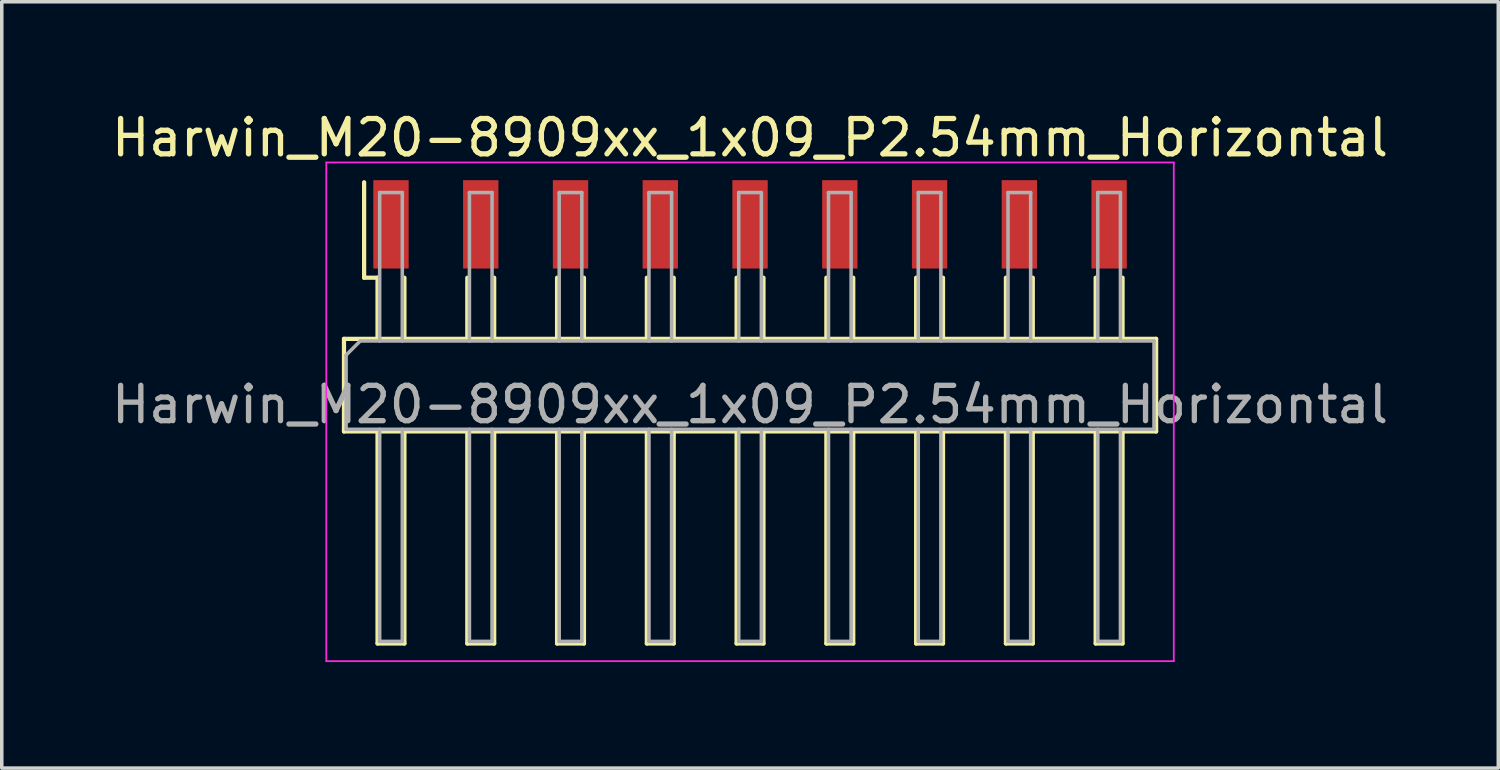
<source format=kicad_pcb>
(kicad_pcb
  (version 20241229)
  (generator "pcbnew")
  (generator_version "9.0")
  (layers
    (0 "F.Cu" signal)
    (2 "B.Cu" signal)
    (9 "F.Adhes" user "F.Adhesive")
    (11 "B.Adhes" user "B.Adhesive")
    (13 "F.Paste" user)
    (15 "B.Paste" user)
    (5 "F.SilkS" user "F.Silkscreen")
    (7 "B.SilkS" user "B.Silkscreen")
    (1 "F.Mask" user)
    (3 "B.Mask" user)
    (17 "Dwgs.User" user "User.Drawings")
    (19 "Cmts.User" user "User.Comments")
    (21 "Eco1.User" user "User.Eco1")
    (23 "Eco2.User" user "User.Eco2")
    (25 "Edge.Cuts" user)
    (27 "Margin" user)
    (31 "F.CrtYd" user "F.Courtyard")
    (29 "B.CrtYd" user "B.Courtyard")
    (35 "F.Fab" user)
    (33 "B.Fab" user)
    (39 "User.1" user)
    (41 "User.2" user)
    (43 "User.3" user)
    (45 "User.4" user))
  (footprint "Harwin_M20-8909xx_1x09_P2.54mm_Horizontal"
    (layer "F.Cu")
    (at 18.173 3.298)
    (property "Reference" "Harwin_M20-8909xx_1x09_P2.54mm_Horizontal" (at 0 -2.45 0) (layer "F.SilkS") (effects (font (size 1 1) (thickness 0.15))))
    (attr smd)
    (fp_line (start -11.49 3.24) (end -11.49 5.86) (stroke (width 0.12) (type solid)) (layer "F.SilkS"))
    (fp_line (start -11.49 5.86) (end 11.49 5.86) (stroke (width 0.12) (type solid)) (layer "F.SilkS"))
    (fp_line (start -10.92 1.51) (end -10.92 -1.19) (stroke (width 0.12) (type solid)) (layer "F.SilkS"))
    (fp_line (start -10.54 1.51) (end -10.92 1.51) (stroke (width 0.12) (type solid)) (layer "F.SilkS"))
    (fp_line (start -10.54 1.51) (end -10.54 3.24) (stroke (width 0.12) (type solid)) (layer "F.SilkS"))
    (fp_line (start -10.54 5.86) (end -10.54 11.86) (stroke (width 0.12) (type solid)) (layer "F.SilkS"))
    (fp_line (start -10.54 11.86) (end -9.78 11.86) (stroke (width 0.12) (type solid)) (layer "F.SilkS"))
    (fp_line (start -9.78 1.51) (end -9.78 3.24) (stroke (width 0.12) (type solid)) (layer "F.SilkS"))
    (fp_line (start -9.78 11.86) (end -9.78 5.86) (stroke (width 0.12) (type solid)) (layer "F.SilkS"))
    (fp_line (start -8 1.51) (end -8 3.24) (stroke (width 0.12) (type solid)) (layer "F.SilkS"))
    (fp_line (start -8 5.86) (end -8 11.86) (stroke (width 0.12) (type solid)) (layer "F.SilkS"))
    (fp_line (start -8 11.86) (end -7.24 11.86) (stroke (width 0.12) (type solid)) (layer "F.SilkS"))
    (fp_line (start -7.24 1.51) (end -7.24 3.24) (stroke (width 0.12) (type solid)) (layer "F.SilkS"))
    (fp_line (start -7.24 11.86) (end -7.24 5.86) (stroke (width 0.12) (type solid)) (layer "F.SilkS"))
    (fp_line (start -5.46 1.51) (end -5.46 3.24) (stroke (width 0.12) (type solid)) (layer "F.SilkS"))
    (fp_line (start -5.46 5.86) (end -5.46 11.86) (stroke (width 0.12) (type solid)) (layer "F.SilkS"))
    (fp_line (start -5.46 11.86) (end -4.7 11.86) (stroke (width 0.12) (type solid)) (layer "F.SilkS"))
    (fp_line (start -4.7 1.51) (end -4.7 3.24) (stroke (width 0.12) (type solid)) (layer "F.SilkS"))
    (fp_line (start -4.7 11.86) (end -4.7 5.86) (stroke (width 0.12) (type solid)) (layer "F.SilkS"))
    (fp_line (start -2.92 1.51) (end -2.92 3.24) (stroke (width 0.12) (type solid)) (layer "F.SilkS"))
    (fp_line (start -2.92 5.86) (end -2.92 11.86) (stroke (width 0.12) (type solid)) (layer "F.SilkS"))
    (fp_line (start -2.92 11.86) (end -2.16 11.86) (stroke (width 0.12) (type solid)) (layer "F.SilkS"))
    (fp_line (start -2.16 1.51) (end -2.16 3.24) (stroke (width 0.12) (type solid)) (layer "F.SilkS"))
    (fp_line (start -2.16 11.86) (end -2.16 5.86) (stroke (width 0.12) (type solid)) (layer "F.SilkS"))
    (fp_line (start -0.38 1.51) (end -0.38 3.24) (stroke (width 0.12) (type solid)) (layer "F.SilkS"))
    (fp_line (start -0.38 5.86) (end -0.38 11.86) (stroke (width 0.12) (type solid)) (layer "F.SilkS"))
    (fp_line (start -0.38 11.86) (end 0.38 11.86) (stroke (width 0.12) (type solid)) (layer "F.SilkS"))
    (fp_line (start 0.38 1.51) (end 0.38 3.24) (stroke (width 0.12) (type solid)) (layer "F.SilkS"))
    (fp_line (start 0.38 11.86) (end 0.38 5.86) (stroke (width 0.12) (type solid)) (layer "F.SilkS"))
    (fp_line (start 2.16 1.51) (end 2.16 3.24) (stroke (width 0.12) (type solid)) (layer "F.SilkS"))
    (fp_line (start 2.16 5.86) (end 2.16 11.86) (stroke (width 0.12) (type solid)) (layer "F.SilkS"))
    (fp_line (start 2.16 11.86) (end 2.92 11.86) (stroke (width 0.12) (type solid)) (layer "F.SilkS"))
    (fp_line (start 2.92 1.51) (end 2.92 3.24) (stroke (width 0.12) (type solid)) (layer "F.SilkS"))
    (fp_line (start 2.92 11.86) (end 2.92 5.86) (stroke (width 0.12) (type solid)) (layer "F.SilkS"))
    (fp_line (start 4.7 1.51) (end 4.7 3.24) (stroke (width 0.12) (type solid)) (layer "F.SilkS"))
    (fp_line (start 4.7 5.86) (end 4.7 11.86) (stroke (width 0.12) (type solid)) (layer "F.SilkS"))
    (fp_line (start 4.7 11.86) (end 5.46 11.86) (stroke (width 0.12) (type solid)) (layer "F.SilkS"))
    (fp_line (start 5.46 1.51) (end 5.46 3.24) (stroke (width 0.12) (type solid)) (layer "F.SilkS"))
    (fp_line (start 5.46 11.86) (end 5.46 5.86) (stroke (width 0.12) (type solid)) (layer "F.SilkS"))
    (fp_line (start 7.24 1.51) (end 7.24 3.24) (stroke (width 0.12) (type solid)) (layer "F.SilkS"))
    (fp_line (start 7.24 5.86) (end 7.24 11.86) (stroke (width 0.12) (type solid)) (layer "F.SilkS"))
    (fp_line (start 7.24 11.86) (end 8 11.86) (stroke (width 0.12) (type solid)) (layer "F.SilkS"))
    (fp_line (start 8 1.51) (end 8 3.24) (stroke (width 0.12) (type solid)) (layer "F.SilkS"))
    (fp_line (start 8 11.86) (end 8 5.86) (stroke (width 0.12) (type solid)) (layer "F.SilkS"))
    (fp_line (start 9.78 1.51) (end 9.78 3.24) (stroke (width 0.12) (type solid)) (layer "F.SilkS"))
    (fp_line (start 9.78 5.86) (end 9.78 11.86) (stroke (width 0.12) (type solid)) (layer "F.SilkS"))
    (fp_line (start 9.78 11.86) (end 10.54 11.86) (stroke (width 0.12) (type solid)) (layer "F.SilkS"))
    (fp_line (start 10.54 1.51) (end 10.54 3.24) (stroke (width 0.12) (type solid)) (layer "F.SilkS"))
    (fp_line (start 10.54 11.86) (end 10.54 5.86) (stroke (width 0.12) (type solid)) (layer "F.SilkS"))
    (fp_line (start 11.49 3.24) (end -11.49 3.24) (stroke (width 0.12) (type solid)) (layer "F.SilkS"))
    (fp_line (start 11.49 5.86) (end 11.49 3.24) (stroke (width 0.12) (type solid)) (layer "F.SilkS"))
    (fp_line (start -11.99 -1.75) (end 11.99 -1.75) (stroke (width 0.05) (type solid)) (layer "F.CrtYd"))
    (fp_line (start -11.99 12.36) (end -11.99 -1.75) (stroke (width 0.05) (type solid)) (layer "F.CrtYd"))
    (fp_line (start 11.99 -1.75) (end 11.99 12.36) (stroke (width 0.05) (type solid)) (layer "F.CrtYd"))
    (fp_line (start 11.99 12.36) (end -11.99 12.36) (stroke (width 0.05) (type solid)) (layer "F.CrtYd"))
    (fp_line (start -11.43 3.7) (end -11.43 5.8) (stroke (width 0.1) (type solid)) (layer "F.Fab"))
    (fp_line (start -11.43 5.8) (end 11.43 5.8) (stroke (width 0.1) (type solid)) (layer "F.Fab"))
    (fp_line (start -11.03 3.3) (end -11.43 3.7) (stroke (width 0.1) (type solid)) (layer "F.Fab"))
    (fp_line (start -10.48 -0.9) (end -9.84 -0.9) (stroke (width 0.1) (type solid)) (layer "F.Fab"))
    (fp_line (start -10.48 3.3) (end -10.48 -0.9) (stroke (width 0.1) (type solid)) (layer "F.Fab"))
    (fp_line (start -10.48 5.8) (end -10.48 11.8) (stroke (width 0.1) (type solid)) (layer "F.Fab"))
    (fp_line (start -10.48 11.8) (end -9.84 11.8) (stroke (width 0.1) (type solid)) (layer "F.Fab"))
    (fp_line (start -9.84 -0.9) (end -9.84 3.3) (stroke (width 0.1) (type solid)) (layer "F.Fab"))
    (fp_line (start -9.84 11.8) (end -9.84 5.8) (stroke (width 0.1) (type solid)) (layer "F.Fab"))
    (fp_line (start -7.94 -0.9) (end -7.3 -0.9) (stroke (width 0.1) (type solid)) (layer "F.Fab"))
    (fp_line (start -7.94 3.3) (end -7.94 -0.9) (stroke (width 0.1) (type solid)) (layer "F.Fab"))
    (fp_line (start -7.94 5.8) (end -7.94 11.8) (stroke (width 0.1) (type solid)) (layer "F.Fab"))
    (fp_line (start -7.94 11.8) (end -7.3 11.8) (stroke (width 0.1) (type solid)) (layer "F.Fab"))
    (fp_line (start -7.3 -0.9) (end -7.3 3.3) (stroke (width 0.1) (type solid)) (layer "F.Fab"))
    (fp_line (start -7.3 11.8) (end -7.3 5.8) (stroke (width 0.1) (type solid)) (layer "F.Fab"))
    (fp_line (start -5.4 -0.9) (end -4.76 -0.9) (stroke (width 0.1) (type solid)) (layer "F.Fab"))
    (fp_line (start -5.4 3.3) (end -5.4 -0.9) (stroke (width 0.1) (type solid)) (layer "F.Fab"))
    (fp_line (start -5.4 5.8) (end -5.4 11.8) (stroke (width 0.1) (type solid)) (layer "F.Fab"))
    (fp_line (start -5.4 11.8) (end -4.76 11.8) (stroke (width 0.1) (type solid)) (layer "F.Fab"))
    (fp_line (start -4.76 -0.9) (end -4.76 3.3) (stroke (width 0.1) (type solid)) (layer "F.Fab"))
    (fp_line (start -4.76 11.8) (end -4.76 5.8) (stroke (width 0.1) (type solid)) (layer "F.Fab"))
    (fp_line (start -2.86 -0.9) (end -2.22 -0.9) (stroke (width 0.1) (type solid)) (layer "F.Fab"))
    (fp_line (start -2.86 3.3) (end -2.86 -0.9) (stroke (width 0.1) (type solid)) (layer "F.Fab"))
    (fp_line (start -2.86 5.8) (end -2.86 11.8) (stroke (width 0.1) (type solid)) (layer "F.Fab"))
    (fp_line (start -2.86 11.8) (end -2.22 11.8) (stroke (width 0.1) (type solid)) (layer "F.Fab"))
    (fp_line (start -2.22 -0.9) (end -2.22 3.3) (stroke (width 0.1) (type solid)) (layer "F.Fab"))
    (fp_line (start -2.22 11.8) (end -2.22 5.8) (stroke (width 0.1) (type solid)) (layer "F.Fab"))
    (fp_line (start -0.32 -0.9) (end 0.32 -0.9) (stroke (width 0.1) (type solid)) (layer "F.Fab"))
    (fp_line (start -0.32 3.3) (end -0.32 -0.9) (stroke (width 0.1) (type solid)) (layer "F.Fab"))
    (fp_line (start -0.32 5.8) (end -0.32 11.8) (stroke (width 0.1) (type solid)) (layer "F.Fab"))
    (fp_line (start -0.32 11.8) (end 0.32 11.8) (stroke (width 0.1) (type solid)) (layer "F.Fab"))
    (fp_line (start 0.32 -0.9) (end 0.32 3.3) (stroke (width 0.1) (type solid)) (layer "F.Fab"))
    (fp_line (start 0.32 11.8) (end 0.32 5.8) (stroke (width 0.1) (type solid)) (layer "F.Fab"))
    (fp_line (start 2.22 -0.9) (end 2.86 -0.9) (stroke (width 0.1) (type solid)) (layer "F.Fab"))
    (fp_line (start 2.22 3.3) (end 2.22 -0.9) (stroke (width 0.1) (type solid)) (layer "F.Fab"))
    (fp_line (start 2.22 5.8) (end 2.22 11.8) (stroke (width 0.1) (type solid)) (layer "F.Fab"))
    (fp_line (start 2.22 11.8) (end 2.86 11.8) (stroke (width 0.1) (type solid)) (layer "F.Fab"))
    (fp_line (start 2.86 -0.9) (end 2.86 3.3) (stroke (width 0.1) (type solid)) (layer "F.Fab"))
    (fp_line (start 2.86 11.8) (end 2.86 5.8) (stroke (width 0.1) (type solid)) (layer "F.Fab"))
    (fp_line (start 4.76 -0.9) (end 5.4 -0.9) (stroke (width 0.1) (type solid)) (layer "F.Fab"))
    (fp_line (start 4.76 3.3) (end 4.76 -0.9) (stroke (width 0.1) (type solid)) (layer "F.Fab"))
    (fp_line (start 4.76 5.8) (end 4.76 11.8) (stroke (width 0.1) (type solid)) (layer "F.Fab"))
    (fp_line (start 4.76 11.8) (end 5.4 11.8) (stroke (width 0.1) (type solid)) (layer "F.Fab"))
    (fp_line (start 5.4 -0.9) (end 5.4 3.3) (stroke (width 0.1) (type solid)) (layer "F.Fab"))
    (fp_line (start 5.4 11.8) (end 5.4 5.8) (stroke (width 0.1) (type solid)) (layer "F.Fab"))
    (fp_line (start 7.3 -0.9) (end 7.94 -0.9) (stroke (width 0.1) (type solid)) (layer "F.Fab"))
    (fp_line (start 7.3 3.3) (end 7.3 -0.9) (stroke (width 0.1) (type solid)) (layer "F.Fab"))
    (fp_line (start 7.3 5.8) (end 7.3 11.8) (stroke (width 0.1) (type solid)) (layer "F.Fab"))
    (fp_line (start 7.3 11.8) (end 7.94 11.8) (stroke (width 0.1) (type solid)) (layer "F.Fab"))
    (fp_line (start 7.94 -0.9) (end 7.94 3.3) (stroke (width 0.1) (type solid)) (layer "F.Fab"))
    (fp_line (start 7.94 11.8) (end 7.94 5.8) (stroke (width 0.1) (type solid)) (layer "F.Fab"))
    (fp_line (start 9.84 -0.9) (end 10.48 -0.9) (stroke (width 0.1) (type solid)) (layer "F.Fab"))
    (fp_line (start 9.84 3.3) (end 9.84 -0.9) (stroke (width 0.1) (type solid)) (layer "F.Fab"))
    (fp_line (start 9.84 5.8) (end 9.84 11.8) (stroke (width 0.1) (type solid)) (layer "F.Fab"))
    (fp_line (start 9.84 11.8) (end 10.48 11.8) (stroke (width 0.1) (type solid)) (layer "F.Fab"))
    (fp_line (start 10.48 -0.9) (end 10.48 3.3) (stroke (width 0.1) (type solid)) (layer "F.Fab"))
    (fp_line (start 10.48 11.8) (end 10.48 5.8) (stroke (width 0.1) (type solid)) (layer "F.Fab"))
    (fp_line (start 11.43 3.3) (end -11.03 3.3) (stroke (width 0.1) (type solid)) (layer "F.Fab"))
    (fp_line (start 11.43 5.8) (end 11.43 3.3) (stroke (width 0.1) (type solid)) (layer "F.Fab"))
    (fp_text user "${REFERENCE}" (at 0 5.1 0) (layer "F.Fab") (effects (font (size 1 1) (thickness 0.15))))
    (pad "1" smd rect (at -10.16 0) (size 1 2.5) (layers "F.Cu" "F.Mask" "F.Paste"))
    (pad "2" smd rect (at -7.62 0) (size 1 2.5) (layers "F.Cu" "F.Mask" "F.Paste"))
    (pad "3" smd rect (at -5.08 0) (size 1 2.5) (layers "F.Cu" "F.Mask" "F.Paste"))
    (pad "4" smd rect (at -2.54 0) (size 1 2.5) (layers "F.Cu" "F.Mask" "F.Paste"))
    (pad "5" smd rect (at 0 0) (size 1 2.5) (layers "F.Cu" "F.Mask" "F.Paste"))
    (pad "6" smd rect (at 2.54 0) (size 1 2.5) (layers "F.Cu" "F.Mask" "F.Paste"))
    (pad "7" smd rect (at 5.08 0) (size 1 2.5) (layers "F.Cu" "F.Mask" "F.Paste"))
    (pad "8" smd rect (at 7.62 0) (size 1 2.5) (layers "F.Cu" "F.Mask" "F.Paste"))
    (pad "9" smd rect (at 10.16 0) (size 1 2.5) (layers "F.Cu" "F.Mask" "F.Paste")))
  (gr_rect
    (start -3 -3)
    (end 39.345 18.683)
    (stroke (width 0.1) (type default))
    (fill no)
    (layer "Edge.Cuts")))
</source>
